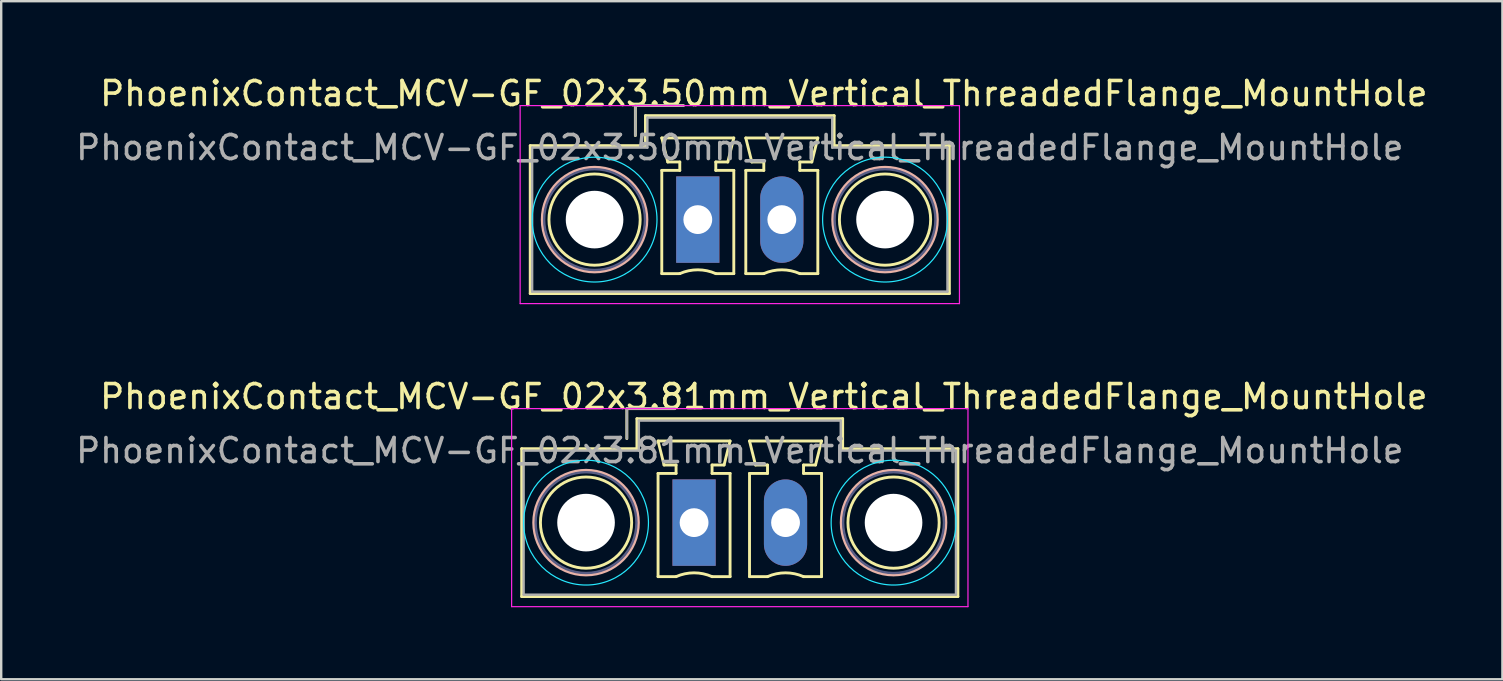
<source format=kicad_pcb>
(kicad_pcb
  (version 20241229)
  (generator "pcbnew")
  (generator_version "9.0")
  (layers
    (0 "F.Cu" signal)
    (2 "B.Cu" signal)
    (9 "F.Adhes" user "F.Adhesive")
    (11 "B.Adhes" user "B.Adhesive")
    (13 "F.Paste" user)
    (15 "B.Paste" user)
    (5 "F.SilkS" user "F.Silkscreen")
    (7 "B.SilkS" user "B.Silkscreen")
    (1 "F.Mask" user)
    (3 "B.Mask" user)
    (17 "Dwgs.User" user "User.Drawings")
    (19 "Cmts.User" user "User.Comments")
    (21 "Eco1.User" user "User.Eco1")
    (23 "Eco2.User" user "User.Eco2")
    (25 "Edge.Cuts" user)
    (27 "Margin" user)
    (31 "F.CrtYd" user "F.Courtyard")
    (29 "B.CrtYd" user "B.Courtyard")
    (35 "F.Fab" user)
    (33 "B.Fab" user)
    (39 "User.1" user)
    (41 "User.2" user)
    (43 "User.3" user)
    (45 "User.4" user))
  (footprint "PhoenixContact_MCV-GF_02x3.50mm_Vertical_ThreadedFlange_MountHole"
    (layer "F.Cu")
    (at 26.018 6.098)
    (property "Reference" "PhoenixContact_MCV-GF_02x3.50mm_Vertical_ThreadedFlange_MountHole" (at 2.75 -5.25 0) (layer "F.SilkS") (effects (font (size 1 1) (thickness 0.15))))
    (attr through_hole)
    (fp_line (start -6.98 -3.08) (end -6.98 3.08) (stroke (width 0.12) (type solid)) (layer "F.SilkS"))
    (fp_line (start -6.98 3.08) (end 10.48 3.08) (stroke (width 0.12) (type solid)) (layer "F.SilkS"))
    (fp_line (start -2.6 -4.75) (end -0.6 -4.75) (stroke (width 0.12) (type solid)) (layer "F.SilkS"))
    (fp_line (start -2.6 -3.5) (end -2.6 -4.75) (stroke (width 0.12) (type solid)) (layer "F.SilkS"))
    (fp_line (start -2.18 -4.33) (end -2.18 -3.08) (stroke (width 0.12) (type solid)) (layer "F.SilkS"))
    (fp_line (start -2.18 -3.08) (end -6.98 -3.08) (stroke (width 0.12) (type solid)) (layer "F.SilkS"))
    (fp_line (start -1.5 -3.4) (end 1.5 -3.4) (stroke (width 0.12) (type solid)) (layer "F.SilkS"))
    (fp_line (start -1.5 -2.05) (end -0.75 -2.05) (stroke (width 0.12) (type solid)) (layer "F.SilkS"))
    (fp_line (start -1.5 2.25) (end -1.5 -2.05) (stroke (width 0.12) (type solid)) (layer "F.SilkS"))
    (fp_line (start -1.25 -2.4) (end -1.5 -3.4) (stroke (width 0.12) (type solid)) (layer "F.SilkS"))
    (fp_line (start -0.75 -2.4) (end -1.25 -2.4) (stroke (width 0.12) (type solid)) (layer "F.SilkS"))
    (fp_line (start -0.75 -2.05) (end -0.75 -2.4) (stroke (width 0.12) (type solid)) (layer "F.SilkS"))
    (fp_line (start -0.75 2.25) (end -1.5 2.25) (stroke (width 0.12) (type solid)) (layer "F.SilkS"))
    (fp_line (start 0.75 -2.4) (end 0.75 -2.05) (stroke (width 0.12) (type solid)) (layer "F.SilkS"))
    (fp_line (start 0.75 -2.05) (end 1.5 -2.05) (stroke (width 0.12) (type solid)) (layer "F.SilkS"))
    (fp_line (start 1.25 -2.4) (end 0.75 -2.4) (stroke (width 0.12) (type solid)) (layer "F.SilkS"))
    (fp_line (start 1.5 -3.4) (end 1.25 -2.4) (stroke (width 0.12) (type solid)) (layer "F.SilkS"))
    (fp_line (start 1.5 -2.05) (end 1.5 2.25) (stroke (width 0.12) (type solid)) (layer "F.SilkS"))
    (fp_line (start 1.5 2.25) (end 0.75 2.25) (stroke (width 0.12) (type solid)) (layer "F.SilkS"))
    (fp_line (start 2 -3.4) (end 5 -3.4) (stroke (width 0.12) (type solid)) (layer "F.SilkS"))
    (fp_line (start 2 -2.05) (end 2.75 -2.05) (stroke (width 0.12) (type solid)) (layer "F.SilkS"))
    (fp_line (start 2 2.25) (end 2 -2.05) (stroke (width 0.12) (type solid)) (layer "F.SilkS"))
    (fp_line (start 2.25 -2.4) (end 2 -3.4) (stroke (width 0.12) (type solid)) (layer "F.SilkS"))
    (fp_line (start 2.75 -2.4) (end 2.25 -2.4) (stroke (width 0.12) (type solid)) (layer "F.SilkS"))
    (fp_line (start 2.75 -2.05) (end 2.75 -2.4) (stroke (width 0.12) (type solid)) (layer "F.SilkS"))
    (fp_line (start 2.75 2.25) (end 2 2.25) (stroke (width 0.12) (type solid)) (layer "F.SilkS"))
    (fp_line (start 4.25 -2.4) (end 4.25 -2.05) (stroke (width 0.12) (type solid)) (layer "F.SilkS"))
    (fp_line (start 4.25 -2.05) (end 5 -2.05) (stroke (width 0.12) (type solid)) (layer "F.SilkS"))
    (fp_line (start 4.75 -2.4) (end 4.25 -2.4) (stroke (width 0.12) (type solid)) (layer "F.SilkS"))
    (fp_line (start 5 -3.4) (end 4.75 -2.4) (stroke (width 0.12) (type solid)) (layer "F.SilkS"))
    (fp_line (start 5 -2.05) (end 5 2.25) (stroke (width 0.12) (type solid)) (layer "F.SilkS"))
    (fp_line (start 5 2.25) (end 4.25 2.25) (stroke (width 0.12) (type solid)) (layer "F.SilkS"))
    (fp_line (start 5.68 -4.33) (end -2.18 -4.33) (stroke (width 0.12) (type solid)) (layer "F.SilkS"))
    (fp_line (start 5.68 -3.08) (end 5.68 -4.33) (stroke (width 0.12) (type solid)) (layer "F.SilkS"))
    (fp_line (start 10.48 -3.08) (end 5.68 -3.08) (stroke (width 0.12) (type solid)) (layer "F.SilkS"))
    (fp_line (start 10.48 3.08) (end 10.48 -3.08) (stroke (width 0.12) (type solid)) (layer "F.SilkS"))
    (fp_arc (start -0.75 2.25) (mid -0.000193 2.09191) (end 0.749647 2.249844) (stroke (width 0.12) (type solid)) (layer "F.SilkS"))
    (fp_arc (start 2.75 2.25) (mid 3.499807 2.09191) (end 4.249647 2.249844) (stroke (width 0.12) (type solid)) (layer "F.SilkS"))
    (fp_circle (center -4.3 0) (end -2.4 0) (stroke (width 0.12) (type solid)) (fill no) (layer "F.SilkS"))
    (fp_circle (center 7.8 0) (end 9.7 0) (stroke (width 0.12) (type solid)) (fill no) (layer "F.SilkS"))
    (fp_circle (center -4.3 0) (end -2.12 0) (stroke (width 0.12) (type solid)) (fill no) (layer "B.SilkS"))
    (fp_circle (center 7.8 0) (end 9.98 0) (stroke (width 0.12) (type solid)) (fill no) (layer "B.SilkS"))
    (fp_circle (center -4.3 0) (end -1.7 0) (stroke (width 0.05) (type solid)) (fill no) (layer "B.CrtYd"))
    (fp_circle (center 7.8 0) (end 10.4 0) (stroke (width 0.05) (type solid)) (fill no) (layer "B.CrtYd"))
    (fp_line (start -7.4 -4.75) (end -7.4 3.5) (stroke (width 0.05) (type solid)) (layer "F.CrtYd"))
    (fp_line (start -7.4 3.5) (end 10.9 3.5) (stroke (width 0.05) (type solid)) (layer "F.CrtYd"))
    (fp_line (start 10.9 -4.75) (end -7.4 -4.75) (stroke (width 0.05) (type solid)) (layer "F.CrtYd"))
    (fp_line (start 10.9 3.5) (end 10.9 -4.75) (stroke (width 0.05) (type solid)) (layer "F.CrtYd"))
    (fp_circle (center -4.3 0) (end -2.2 0) (stroke (width 0.1) (type solid)) (fill no) (layer "B.Fab"))
    (fp_circle (center 7.8 0) (end 9.9 0) (stroke (width 0.1) (type solid)) (fill no) (layer "B.Fab"))
    (fp_line (start -6.9 -3) (end -6.9 3) (stroke (width 0.1) (type solid)) (layer "F.Fab"))
    (fp_line (start -6.9 3) (end 10.4 3) (stroke (width 0.1) (type solid)) (layer "F.Fab"))
    (fp_line (start -2.6 -4.75) (end -0.6 -4.75) (stroke (width 0.1) (type solid)) (layer "F.Fab"))
    (fp_line (start -2.6 -3.5) (end -2.6 -4.75) (stroke (width 0.1) (type solid)) (layer "F.Fab"))
    (fp_line (start -2.1 -4.25) (end -2.1 -3) (stroke (width 0.1) (type solid)) (layer "F.Fab"))
    (fp_line (start -2.1 -3) (end -6.9 -3) (stroke (width 0.1) (type solid)) (layer "F.Fab"))
    (fp_line (start 5.6 -4.25) (end -2.1 -4.25) (stroke (width 0.1) (type solid)) (layer "F.Fab"))
    (fp_line (start 5.6 -3) (end 5.6 -4.25) (stroke (width 0.1) (type solid)) (layer "F.Fab"))
    (fp_line (start 10.4 -3) (end 5.6 -3) (stroke (width 0.1) (type solid)) (layer "F.Fab"))
    (fp_line (start 10.4 3) (end 10.4 -3) (stroke (width 0.1) (type solid)) (layer "F.Fab"))
    (fp_text user "${REFERENCE}" (at 1.75 -3 0) (layer "F.Fab") (effects (font (size 1 1) (thickness 0.15))))
    (pad "" np_thru_hole circle (at -4.3 0) (size 2.4 2.4) (drill 2.4) (layers "*.Cu" "*.Mask"))
    (pad "" np_thru_hole circle (at 7.8 0) (size 2.4 2.4) (drill 2.4) (layers "*.Cu" "*.Mask"))
    (pad "1" thru_hole rect (at 0 0) (size 1.8 3.6) (drill 1.2) (layers "*.Cu" "*.Mask"))
    (pad "2" thru_hole oval (at 3.5 0) (size 1.8 3.6) (drill 1.2) (layers "*.Cu" "*.Mask")))
  (footprint "PhoenixContact_MCV-GF_02x3.81mm_Vertical_ThreadedFlange_MountHole"
    (layer "F.Cu")
    (at 25.863 18.721)
    (property "Reference" "PhoenixContact_MCV-GF_02x3.81mm_Vertical_ThreadedFlange_MountHole" (at 2.905 -5.25 0) (layer "F.SilkS") (effects (font (size 1 1) (thickness 0.15))))
    (attr through_hole)
    (fp_line (start -7.18 -3.08) (end -7.18 3.08) (stroke (width 0.12) (type solid)) (layer "F.SilkS"))
    (fp_line (start -7.18 3.08) (end 10.99 3.08) (stroke (width 0.12) (type solid)) (layer "F.SilkS"))
    (fp_line (start -2.8 -4.75) (end -0.8 -4.75) (stroke (width 0.12) (type solid)) (layer "F.SilkS"))
    (fp_line (start -2.8 -3.5) (end -2.8 -4.75) (stroke (width 0.12) (type solid)) (layer "F.SilkS"))
    (fp_line (start -2.38 -4.33) (end -2.38 -3.08) (stroke (width 0.12) (type solid)) (layer "F.SilkS"))
    (fp_line (start -2.38 -3.08) (end -7.18 -3.08) (stroke (width 0.12) (type solid)) (layer "F.SilkS"))
    (fp_line (start -1.5 -3.4) (end 1.5 -3.4) (stroke (width 0.12) (type solid)) (layer "F.SilkS"))
    (fp_line (start -1.5 -2.05) (end -0.75 -2.05) (stroke (width 0.12) (type solid)) (layer "F.SilkS"))
    (fp_line (start -1.5 2.25) (end -1.5 -2.05) (stroke (width 0.12) (type solid)) (layer "F.SilkS"))
    (fp_line (start -1.25 -2.4) (end -1.5 -3.4) (stroke (width 0.12) (type solid)) (layer "F.SilkS"))
    (fp_line (start -0.75 -2.4) (end -1.25 -2.4) (stroke (width 0.12) (type solid)) (layer "F.SilkS"))
    (fp_line (start -0.75 -2.05) (end -0.75 -2.4) (stroke (width 0.12) (type solid)) (layer "F.SilkS"))
    (fp_line (start -0.75 2.25) (end -1.5 2.25) (stroke (width 0.12) (type solid)) (layer "F.SilkS"))
    (fp_line (start 0.75 -2.4) (end 0.75 -2.05) (stroke (width 0.12) (type solid)) (layer "F.SilkS"))
    (fp_line (start 0.75 -2.05) (end 1.5 -2.05) (stroke (width 0.12) (type solid)) (layer "F.SilkS"))
    (fp_line (start 1.25 -2.4) (end 0.75 -2.4) (stroke (width 0.12) (type solid)) (layer "F.SilkS"))
    (fp_line (start 1.5 -3.4) (end 1.25 -2.4) (stroke (width 0.12) (type solid)) (layer "F.SilkS"))
    (fp_line (start 1.5 -2.05) (end 1.5 2.25) (stroke (width 0.12) (type solid)) (layer "F.SilkS"))
    (fp_line (start 1.5 2.25) (end 0.75 2.25) (stroke (width 0.12) (type solid)) (layer "F.SilkS"))
    (fp_line (start 2.31 -3.4) (end 5.31 -3.4) (stroke (width 0.12) (type solid)) (layer "F.SilkS"))
    (fp_line (start 2.31 -2.05) (end 3.06 -2.05) (stroke (width 0.12) (type solid)) (layer "F.SilkS"))
    (fp_line (start 2.31 2.25) (end 2.31 -2.05) (stroke (width 0.12) (type solid)) (layer "F.SilkS"))
    (fp_line (start 2.56 -2.4) (end 2.31 -3.4) (stroke (width 0.12) (type solid)) (layer "F.SilkS"))
    (fp_line (start 3.06 -2.4) (end 2.56 -2.4) (stroke (width 0.12) (type solid)) (layer "F.SilkS"))
    (fp_line (start 3.06 -2.05) (end 3.06 -2.4) (stroke (width 0.12) (type solid)) (layer "F.SilkS"))
    (fp_line (start 3.06 2.25) (end 2.31 2.25) (stroke (width 0.12) (type solid)) (layer "F.SilkS"))
    (fp_line (start 4.56 -2.4) (end 4.56 -2.05) (stroke (width 0.12) (type solid)) (layer "F.SilkS"))
    (fp_line (start 4.56 -2.05) (end 5.31 -2.05) (stroke (width 0.12) (type solid)) (layer "F.SilkS"))
    (fp_line (start 5.06 -2.4) (end 4.56 -2.4) (stroke (width 0.12) (type solid)) (layer "F.SilkS"))
    (fp_line (start 5.31 -3.4) (end 5.06 -2.4) (stroke (width 0.12) (type solid)) (layer "F.SilkS"))
    (fp_line (start 5.31 -2.05) (end 5.31 2.25) (stroke (width 0.12) (type solid)) (layer "F.SilkS"))
    (fp_line (start 5.31 2.25) (end 4.56 2.25) (stroke (width 0.12) (type solid)) (layer "F.SilkS"))
    (fp_line (start 6.19 -4.33) (end -2.38 -4.33) (stroke (width 0.12) (type solid)) (layer "F.SilkS"))
    (fp_line (start 6.19 -3.08) (end 6.19 -4.33) (stroke (width 0.12) (type solid)) (layer "F.SilkS"))
    (fp_line (start 10.99 -3.08) (end 6.19 -3.08) (stroke (width 0.12) (type solid)) (layer "F.SilkS"))
    (fp_line (start 10.99 3.08) (end 10.99 -3.08) (stroke (width 0.12) (type solid)) (layer "F.SilkS"))
    (fp_arc (start -0.75 2.25) (mid -0.000193 2.09191) (end 0.749647 2.249844) (stroke (width 0.12) (type solid)) (layer "F.SilkS"))
    (fp_arc (start 3.06 2.25) (mid 3.809807 2.09191) (end 4.559647 2.249844) (stroke (width 0.12) (type solid)) (layer "F.SilkS"))
    (fp_circle (center -4.5 0) (end -2.6 0) (stroke (width 0.12) (type solid)) (fill no) (layer "F.SilkS"))
    (fp_circle (center 8.31 0) (end 10.21 0) (stroke (width 0.12) (type solid)) (fill no) (layer "F.SilkS"))
    (fp_circle (center -4.5 0) (end -2.32 0) (stroke (width 0.12) (type solid)) (fill no) (layer "B.SilkS"))
    (fp_circle (center 8.31 0) (end 10.49 0) (stroke (width 0.12) (type solid)) (fill no) (layer "B.SilkS"))
    (fp_circle (center -4.5 0) (end -1.9 0) (stroke (width 0.05) (type solid)) (fill no) (layer "B.CrtYd"))
    (fp_circle (center 8.31 0) (end 10.91 0) (stroke (width 0.05) (type solid)) (fill no) (layer "B.CrtYd"))
    (fp_line (start -7.6 -4.75) (end -7.6 3.5) (stroke (width 0.05) (type solid)) (layer "F.CrtYd"))
    (fp_line (start -7.6 3.5) (end 11.41 3.5) (stroke (width 0.05) (type solid)) (layer "F.CrtYd"))
    (fp_line (start 11.41 -4.75) (end -7.6 -4.75) (stroke (width 0.05) (type solid)) (layer "F.CrtYd"))
    (fp_line (start 11.41 3.5) (end 11.41 -4.75) (stroke (width 0.05) (type solid)) (layer "F.CrtYd"))
    (fp_circle (center -4.5 0) (end -2.4 0) (stroke (width 0.1) (type solid)) (fill no) (layer "B.Fab"))
    (fp_circle (center 8.31 0) (end 10.41 0) (stroke (width 0.1) (type solid)) (fill no) (layer "B.Fab"))
    (fp_line (start -7.1 -3) (end -7.1 3) (stroke (width 0.1) (type solid)) (layer "F.Fab"))
    (fp_line (start -7.1 3) (end 10.91 3) (stroke (width 0.1) (type solid)) (layer "F.Fab"))
    (fp_line (start -2.8 -4.75) (end -0.8 -4.75) (stroke (width 0.1) (type solid)) (layer "F.Fab"))
    (fp_line (start -2.8 -3.5) (end -2.8 -4.75) (stroke (width 0.1) (type solid)) (layer "F.Fab"))
    (fp_line (start -2.3 -4.25) (end -2.3 -3) (stroke (width 0.1) (type solid)) (layer "F.Fab"))
    (fp_line (start -2.3 -3) (end -7.1 -3) (stroke (width 0.1) (type solid)) (layer "F.Fab"))
    (fp_line (start 6.11 -4.25) (end -2.3 -4.25) (stroke (width 0.1) (type solid)) (layer "F.Fab"))
    (fp_line (start 6.11 -3) (end 6.11 -4.25) (stroke (width 0.1) (type solid)) (layer "F.Fab"))
    (fp_line (start 10.91 -3) (end 6.11 -3) (stroke (width 0.1) (type solid)) (layer "F.Fab"))
    (fp_line (start 10.91 3) (end 10.91 -3) (stroke (width 0.1) (type solid)) (layer "F.Fab"))
    (fp_text user "${REFERENCE}" (at 1.905 -3 0) (layer "F.Fab") (effects (font (size 1 1) (thickness 0.15))))
    (pad "" np_thru_hole circle (at -4.5 0) (size 2.4 2.4) (drill 2.4) (layers "*.Cu" "*.Mask"))
    (pad "" np_thru_hole circle (at 8.31 0) (size 2.4 2.4) (drill 2.4) (layers "*.Cu" "*.Mask"))
    (pad "1" thru_hole rect (at 0 0) (size 1.8 3.6) (drill 1.2) (layers "*.Cu" "*.Mask"))
    (pad "2" thru_hole oval (at 3.81 0) (size 1.8 3.6) (drill 1.2) (layers "*.Cu" "*.Mask")))
  (gr_rect
    (start -3 -3)
    (end 59.536 25.247)
    (stroke (width 0.1) (type default))
    (fill no)
    (layer "Edge.Cuts")))
</source>
